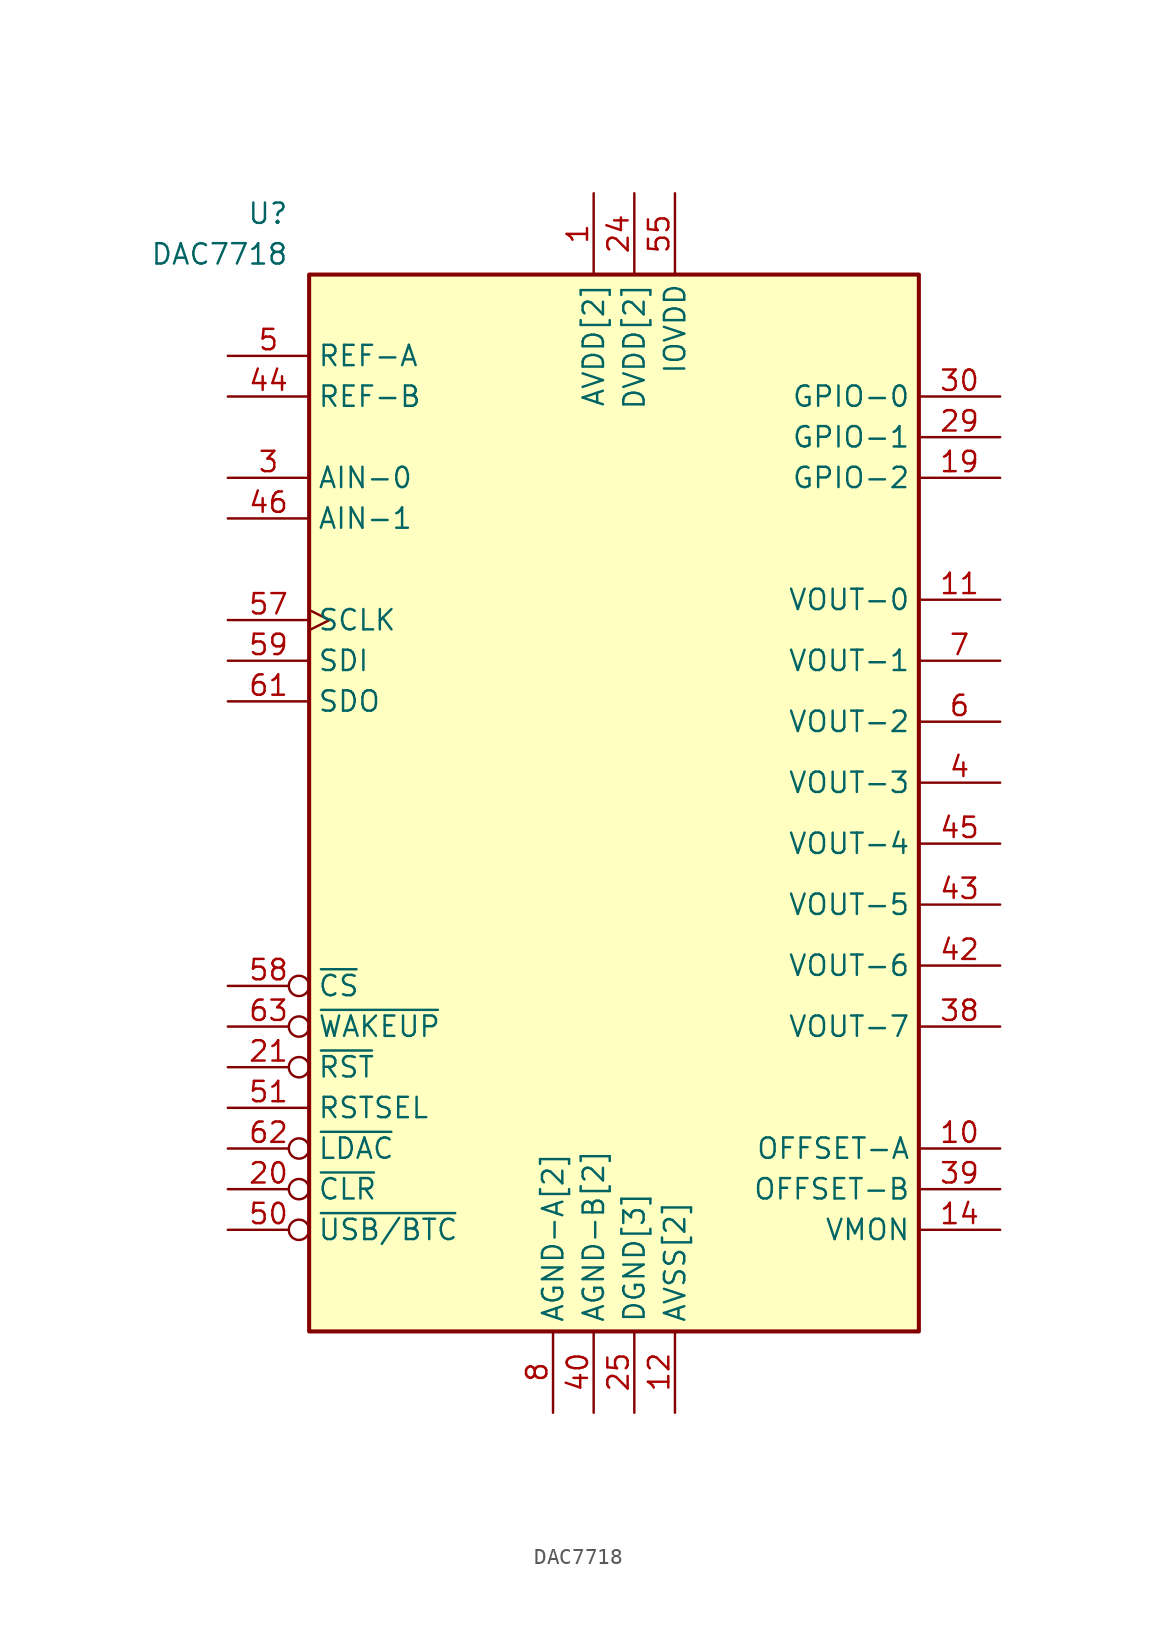
<source format=kicad_sym>
(kicad_symbol_lib
  (version 20231120)
  (generator "kicad_symbol_editor")
  (generator_version "8.0")
  (symbol "DAC7718"
    (property "Reference" "U"
      (at -20.32 35.56 0)
      (effects (font (size 1.27 1.27)) (justify right)))
    (property "Value" "DAC7718"
      (at -20.32 33.02 0)
      (effects (font (size 1.27 1.27)) (justify right)))
    (property "ki_locked" ""
      (at 0 0 0)
      (effects (font (size 1.27 1.27))))
    (symbol "DAC7718_1_1"
      (rectangle (start -19.05 31.75) (end 19.05 -34.29) (stroke (width 0.254) (type solid)) (fill (type background)))
      (pin power_in line (at -1.27 36.83 270) (length 5.08) (name "AVDD[2]" (effects (font (size 1.27 1.27)))) (number "1" (effects (font (size 1.27 1.27)))))
      (pin output line (at 24.13 -22.86 180) (length 5.08) (name "OFFSET-A" (effects (font (size 1.27 1.27)))) (number "10" (effects (font (size 1.27 1.27)))))
      (pin output line (at 24.13 11.43 180) (length 5.08) (name "VOUT-0" (effects (font (size 1.27 1.27)))) (number "11" (effects (font (size 1.27 1.27)))))
      (pin power_in line (at 3.81 -39.37 90) (length 5.08) (name "AVSS[2]" (effects (font (size 1.27 1.27)))) (number "12" (effects (font (size 1.27 1.27)))))
      (pin no_connect line (at -24.13 -30.455 0) (length 5.08) hide (name "NC[22]" (effects (font (size 1.27 1.27)))) (number "13" (effects (font (size 0 0)))))
      (pin output line (at 24.13 -27.94 180) (length 5.08) (name "VMON" (effects (font (size 1.27 1.27)))) (number "14" (effects (font (size 1.27 1.27)))))
      (pin no_connect line (at -24.105 -30.455 0) (length 5.08) hide (name "NC[22]" (effects (font (size 1.27 1.27)))) (number "15" (effects (font (size 0 0)))))
      (pin no_connect line (at -24.079 -30.455 0) (length 5.08) hide (name "NC[22]" (effects (font (size 1.27 1.27)))) (number "16" (effects (font (size 0 0)))))
      (pin no_connect line (at -24.054 -30.455 0) (length 5.08) hide (name "NC[22]" (effects (font (size 1.27 1.27)))) (number "17" (effects (font (size 0 0)))))
      (pin no_connect line (at -24.028 -30.455 0) (length 5.08) hide (name "NC[22]" (effects (font (size 1.27 1.27)))) (number "18" (effects (font (size 0 0)))))
      (pin bidirectional line (at 24.13 19.05 180) (length 5.08) (name "GPIO-2" (effects (font (size 1.27 1.27)))) (number "19" (effects (font (size 1.27 1.27)))))
      (pin no_connect line (at -24.13 -30.48 0) (length 5.08) hide (name "NC[22]" (effects (font (size 1.27 1.27)))) (number "2" (effects (font (size 0 0)))))
      (pin input inverted (at -24.13 -25.4 0) (length 5.08) (name "~{CLR}" (effects (font (size 1.27 1.27)))) (number "20" (effects (font (size 1.27 1.27)))))
      (pin input inverted (at -24.13 -17.78 0) (length 5.08) (name "~{RST}" (effects (font (size 1.27 1.27)))) (number "21" (effects (font (size 1.27 1.27)))))
      (pin no_connect line (at -24.003 -30.455 0) (length 5.08) hide (name "NC[22]" (effects (font (size 1.27 1.27)))) (number "22" (effects (font (size 0 0)))))
      (pin no_connect line (at -23.978 -30.455 0) (length 5.08) hide (name "NC[22]" (effects (font (size 1.27 1.27)))) (number "23" (effects (font (size 0 0)))))
      (pin power_in line (at 1.27 36.83 270) (length 5.08) (name "DVDD[2]" (effects (font (size 1.27 1.27)))) (number "24" (effects (font (size 1.27 1.27)))))
      (pin power_in line (at 1.27 -39.37 90) (length 5.08) (name "DGND[3]" (effects (font (size 1.27 1.27)))) (number "25" (effects (font (size 1.27 1.27)))))
      (pin no_connect line (at -23.952 -30.455 0) (length 5.08) hide (name "NC[22]" (effects (font (size 1.27 1.27)))) (number "26" (effects (font (size 0 0)))))
      (pin no_connect line (at -23.927 -30.455 0) (length 5.08) hide (name "NC[22]" (effects (font (size 1.27 1.27)))) (number "27" (effects (font (size 0 0)))))
      (pin passive line (at 1.27 -39.37 90) (length 5.08) hide (name "DGND[3]" (effects (font (size 1.27 1.27)))) (number "28" (effects (font (size 1.27 1.27)))))
      (pin bidirectional line (at 24.13 21.59 180) (length 5.08) (name "GPIO-1" (effects (font (size 1.27 1.27)))) (number "29" (effects (font (size 1.27 1.27)))))
      (pin input line (at -24.13 19.05 0) (length 5.08) (name "AIN-0" (effects (font (size 1.27 1.27)))) (number "3" (effects (font (size 1.27 1.27)))))
      (pin bidirectional line (at 24.13 24.13 180) (length 5.08) (name "GPIO-0" (effects (font (size 1.27 1.27)))) (number "30" (effects (font (size 1.27 1.27)))))
      (pin no_connect line (at -23.901 -30.455 0) (length 5.08) hide (name "NC[22]" (effects (font (size 1.27 1.27)))) (number "31" (effects (font (size 0 0)))))
      (pin no_connect line (at -23.876 -30.455 0) (length 5.08) hide (name "NC[22]" (effects (font (size 1.27 1.27)))) (number "32" (effects (font (size 0 0)))))
      (pin no_connect line (at -23.851 -30.455 0) (length 5.08) hide (name "NC[22]" (effects (font (size 1.27 1.27)))) (number "33" (effects (font (size 0 0)))))
      (pin no_connect line (at -23.825 -30.455 0) (length 5.08) hide (name "NC[22]" (effects (font (size 1.27 1.27)))) (number "34" (effects (font (size 0 0)))))
      (pin no_connect line (at -23.8 -30.455 0) (length 5.08) hide (name "NC[22]" (effects (font (size 1.27 1.27)))) (number "35" (effects (font (size 0 0)))))
      (pin no_connect line (at -23.774 -30.455 0) (length 5.08) hide (name "NC[22]" (effects (font (size 1.27 1.27)))) (number "36" (effects (font (size 0 0)))))
      (pin passive line (at 3.81 -39.37 90) (length 5.08) hide (name "AVSS[2]" (effects (font (size 1.27 1.27)))) (number "37" (effects (font (size 1.27 1.27)))))
      (pin output line (at 24.13 -15.24 180) (length 5.08) (name "VOUT-7" (effects (font (size 1.27 1.27)))) (number "38" (effects (font (size 1.27 1.27)))))
      (pin output line (at 24.13 -25.4 180) (length 5.08) (name "OFFSET-B" (effects (font (size 1.27 1.27)))) (number "39" (effects (font (size 1.27 1.27)))))
      (pin output line (at 24.13 0 180) (length 5.08) (name "VOUT-3" (effects (font (size 1.27 1.27)))) (number "4" (effects (font (size 1.27 1.27)))))
      (pin power_in line (at -1.27 -39.37 90) (length 5.08) (name "AGND-B[2]" (effects (font (size 1.27 1.27)))) (number "40" (effects (font (size 1.27 1.27)))))
      (pin passive line (at -1.27 -39.37 90) (length 5.08) hide (name "AGND-B[2]" (effects (font (size 1.27 1.27)))) (number "41" (effects (font (size 1.27 1.27)))))
      (pin output line (at 24.13 -11.43 180) (length 5.08) (name "VOUT-6" (effects (font (size 1.27 1.27)))) (number "42" (effects (font (size 1.27 1.27)))))
      (pin output line (at 24.13 -7.62 180) (length 5.08) (name "VOUT-5" (effects (font (size 1.27 1.27)))) (number "43" (effects (font (size 1.27 1.27)))))
      (pin input line (at -24.13 24.13 0) (length 5.08) (name "REF-B" (effects (font (size 1.27 1.27)))) (number "44" (effects (font (size 1.27 1.27)))))
      (pin output line (at 24.13 -3.81 180) (length 5.08) (name "VOUT-4" (effects (font (size 1.27 1.27)))) (number "45" (effects (font (size 1.27 1.27)))))
      (pin input line (at -24.13 16.51 0) (length 5.08) (name "AIN-1" (effects (font (size 1.27 1.27)))) (number "46" (effects (font (size 1.27 1.27)))))
      (pin no_connect line (at -23.749 -30.455 0) (length 5.08) hide (name "NC[22]" (effects (font (size 1.27 1.27)))) (number "47" (effects (font (size 0 0)))))
      (pin passive line (at -1.27 36.83 270) (length 5.08) hide (name "AVDD[2]" (effects (font (size 1.27 1.27)))) (number "48" (effects (font (size 1.27 1.27)))))
      (pin no_connect line (at -23.724 -30.455 0) (length 5.08) hide (name "NC[22]" (effects (font (size 1.27 1.27)))) (number "49" (effects (font (size 0 0)))))
      (pin input line (at -24.13 26.67 0) (length 5.08) (name "REF-A" (effects (font (size 1.27 1.27)))) (number "5" (effects (font (size 1.27 1.27)))))
      (pin input inverted (at -24.13 -27.94 0) (length 5.08) (name "~{USB/BTC}" (effects (font (size 1.27 1.27)))) (number "50" (effects (font (size 1.27 1.27)))))
      (pin input line (at -24.13 -20.32 0) (length 5.08) (name "RSTSEL" (effects (font (size 1.27 1.27)))) (number "51" (effects (font (size 1.27 1.27)))))
      (pin no_connect line (at -23.698 -30.455 0) (length 5.08) hide (name "NC[22]" (effects (font (size 1.27 1.27)))) (number "52" (effects (font (size 0 0)))))
      (pin no_connect line (at -23.673 -30.455 0) (length 5.08) hide (name "NC[22]" (effects (font (size 1.27 1.27)))) (number "53" (effects (font (size 0 0)))))
      (pin passive line (at 1.27 -39.37 90) (length 5.08) hide (name "DGND[3]" (effects (font (size 1.27 1.27)))) (number "54" (effects (font (size 1.27 1.27)))))
      (pin power_in line (at 3.81 36.83 270) (length 5.08) (name "IOVDD" (effects (font (size 1.27 1.27)))) (number "55" (effects (font (size 1.27 1.27)))))
      (pin passive line (at 1.27 36.83 270) (length 5.08) hide (name "DVDD[2]" (effects (font (size 1.27 1.27)))) (number "56" (effects (font (size 1.27 1.27)))))
      (pin input clock (at -24.13 10.16 0) (length 5.08) (name "SCLK" (effects (font (size 1.27 1.27)))) (number "57" (effects (font (size 1.27 1.27)))))
      (pin input inverted (at -24.13 -12.7 0) (length 5.08) (name "~{CS}" (effects (font (size 1.27 1.27)))) (number "58" (effects (font (size 1.27 1.27)))))
      (pin input line (at -24.13 7.62 0) (length 5.08) (name "SDI" (effects (font (size 1.27 1.27)))) (number "59" (effects (font (size 1.27 1.27)))))
      (pin output line (at 24.13 3.81 180) (length 5.08) (name "VOUT-2" (effects (font (size 1.27 1.27)))) (number "6" (effects (font (size 1.27 1.27)))))
      (pin no_connect line (at -23.647 -30.455 0) (length 5.08) hide (name "NC[22]" (effects (font (size 1.27 1.27)))) (number "60" (effects (font (size 0 0)))))
      (pin output line (at -24.13 5.08 0) (length 5.08) (name "SDO" (effects (font (size 1.27 1.27)))) (number "61" (effects (font (size 1.27 1.27)))))
      (pin input inverted (at -24.13 -22.86 0) (length 5.08) (name "~{LDAC}" (effects (font (size 1.27 1.27)))) (number "62" (effects (font (size 1.27 1.27)))))
      (pin input inverted (at -24.13 -15.24 0) (length 5.08) (name "~{WAKEUP}" (effects (font (size 1.27 1.27)))) (number "63" (effects (font (size 1.27 1.27)))))
      (pin no_connect line (at -23.622 -30.455 0) (length 5.08) hide (name "NC[22]" (effects (font (size 1.27 1.27)))) (number "64" (effects (font (size 0 0)))))
      (pin output line (at 24.13 7.62 180) (length 5.08) (name "VOUT-1" (effects (font (size 1.27 1.27)))) (number "7" (effects (font (size 1.27 1.27)))))
      (pin power_in line (at -3.81 -39.37 90) (length 5.08) (name "AGND-A[2]" (effects (font (size 1.27 1.27)))) (number "8" (effects (font (size 1.27 1.27)))))
      (pin passive line (at -3.81 -39.37 90) (length 5.08) hide (name "AGND-A[2]" (effects (font (size 1.27 1.27)))) (number "9" (effects (font (size 1.27 1.27))))))))
</source>
